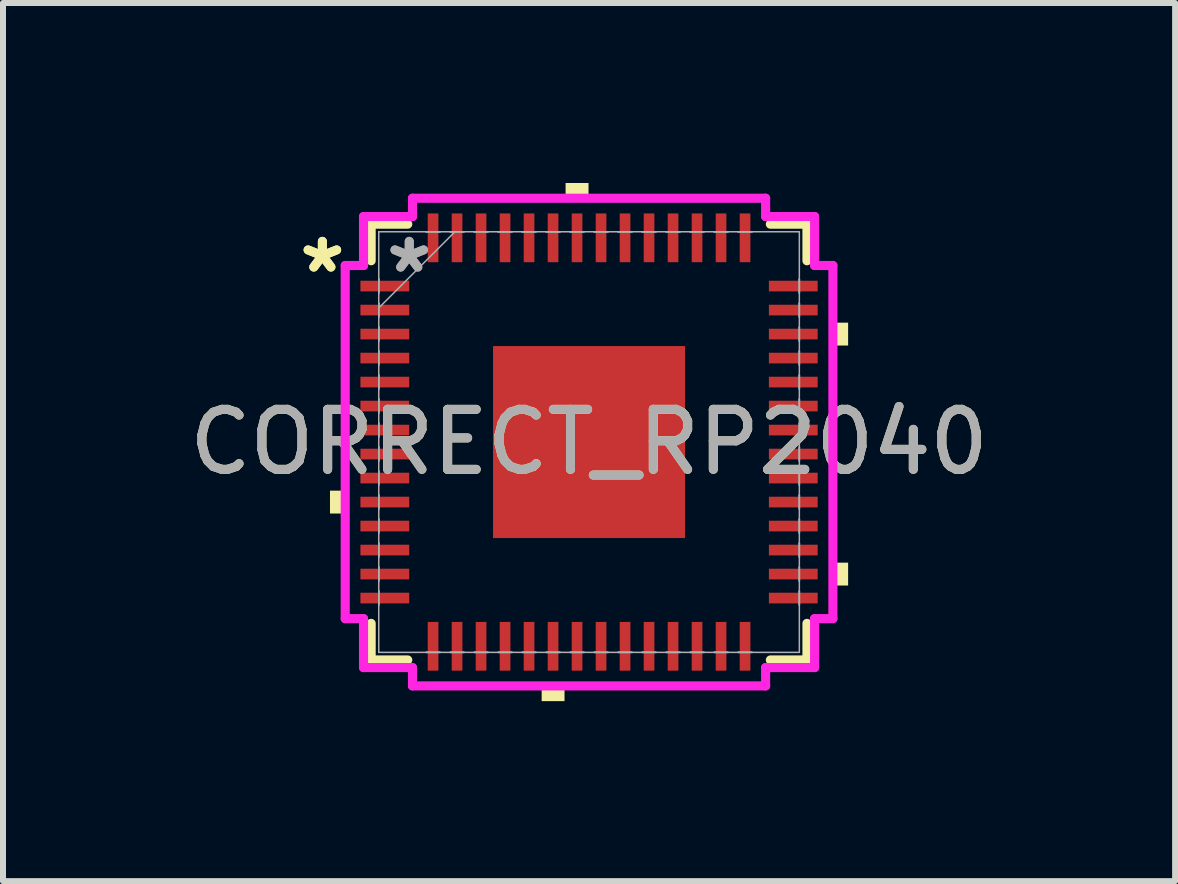
<source format=kicad_pcb>
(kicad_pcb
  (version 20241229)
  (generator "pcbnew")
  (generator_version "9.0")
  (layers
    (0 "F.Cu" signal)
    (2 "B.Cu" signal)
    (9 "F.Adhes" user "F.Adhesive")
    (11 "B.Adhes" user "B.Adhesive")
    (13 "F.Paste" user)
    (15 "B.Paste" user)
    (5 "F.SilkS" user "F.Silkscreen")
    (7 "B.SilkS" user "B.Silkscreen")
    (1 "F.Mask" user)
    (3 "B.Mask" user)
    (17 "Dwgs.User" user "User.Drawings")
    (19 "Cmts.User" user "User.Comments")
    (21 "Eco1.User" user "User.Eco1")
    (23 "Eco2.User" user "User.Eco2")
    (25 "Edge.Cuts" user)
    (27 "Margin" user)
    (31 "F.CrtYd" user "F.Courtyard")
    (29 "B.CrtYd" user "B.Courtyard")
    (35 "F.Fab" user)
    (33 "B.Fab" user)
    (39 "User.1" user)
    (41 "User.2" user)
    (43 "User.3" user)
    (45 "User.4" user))
  (footprint "CORRECT_RP2040"
    (layer "F.Cu")
    (at 6.768 4.318)
    (property "Reference" "CORRECT_RP2040" (at 0 0 0) (unlocked yes) (layer "F.SilkS") (effects (font (size 1 1) (thickness 0.15))))
    (attr smd)
    (fp_line (start -3.632 -3.632) (end -3.632 -3.022) (stroke (width 0.152) (type solid)) (layer "F.SilkS"))
    (fp_line (start -3.632 3.022) (end -3.632 3.632) (stroke (width 0.152) (type solid)) (layer "F.SilkS"))
    (fp_line (start -3.632 3.632) (end -3.022 3.632) (stroke (width 0.152) (type solid)) (layer "F.SilkS"))
    (fp_line (start -3.022 -3.632) (end -3.632 -3.632) (stroke (width 0.152) (type solid)) (layer "F.SilkS"))
    (fp_line (start 3.022 3.632) (end 3.632 3.632) (stroke (width 0.152) (type solid)) (layer "F.SilkS"))
    (fp_line (start 3.632 -3.632) (end 3.022 -3.632) (stroke (width 0.152) (type solid)) (layer "F.SilkS"))
    (fp_line (start 3.632 -3.022) (end 3.632 -3.632) (stroke (width 0.152) (type solid)) (layer "F.SilkS"))
    (fp_line (start 3.632 3.632) (end 3.632 3.022) (stroke (width 0.152) (type solid)) (layer "F.SilkS"))
    (fp_poly (pts (xy -4.318 0.81) (xy -4.318 1.191) (xy -4.064 1.191) (xy -4.064 0.81)) (stroke (width 0) (type solid)) (fill yes) (layer "F.SilkS"))
    (fp_poly (pts (xy -0.79 4.064) (xy -0.79 4.318) (xy -0.409 4.318) (xy -0.409 4.064)) (stroke (width 0) (type solid)) (fill yes) (layer "F.SilkS"))
    (fp_poly (pts (xy -0.391 -4.064) (xy -0.391 -4.318) (xy -0.009 -4.318) (xy -0.009 -4.064)) (stroke (width 0) (type solid)) (fill yes) (layer "F.SilkS"))
    (fp_poly (pts (xy 4.318 -1.99) (xy 4.318 -1.609) (xy 4.064 -1.609) (xy 4.064 -1.99)) (stroke (width 0) (type solid)) (fill yes) (layer "F.SilkS"))
    (fp_poly (pts (xy 4.318 2.01) (xy 4.318 2.391) (xy 4.064 2.391) (xy 4.064 2.01)) (stroke (width 0) (type solid)) (fill yes) (layer "F.SilkS"))
    (fp_poly (pts (xy -1.5 -1.5) (xy -1.5 -0.1) (xy -0.1 -0.1) (xy -0.1 -1.5)) (stroke (width 0) (type solid)) (fill yes) (layer "F.Paste"))
    (fp_poly (pts (xy -1.5 0.1) (xy -1.5 1.5) (xy -0.1 1.5) (xy -0.1 0.1)) (stroke (width 0) (type solid)) (fill yes) (layer "F.Paste"))
    (fp_poly (pts (xy 0.1 -1.5) (xy 0.1 -0.1) (xy 1.5 -0.1) (xy 1.5 -1.5)) (stroke (width 0) (type solid)) (fill yes) (layer "F.Paste"))
    (fp_poly (pts (xy 0.1 0.1) (xy 0.1 1.5) (xy 1.5 1.5) (xy 1.5 0.1)) (stroke (width 0) (type solid)) (fill yes) (layer "F.Paste"))
    (fp_line (start -4.064 -2.943) (end -3.759 -2.943) (stroke (width 0.152) (type solid)) (layer "F.CrtYd"))
    (fp_line (start -4.064 2.943) (end -4.064 -2.943) (stroke (width 0.152) (type solid)) (layer "F.CrtYd"))
    (fp_line (start -3.759 -3.759) (end -2.943 -3.759) (stroke (width 0.152) (type solid)) (layer "F.CrtYd"))
    (fp_line (start -3.759 -2.943) (end -3.759 -3.759) (stroke (width 0.152) (type solid)) (layer "F.CrtYd"))
    (fp_line (start -3.759 2.943) (end -4.064 2.943) (stroke (width 0.152) (type solid)) (layer "F.CrtYd"))
    (fp_line (start -3.759 3.759) (end -3.759 2.943) (stroke (width 0.152) (type solid)) (layer "F.CrtYd"))
    (fp_line (start -2.943 -4.064) (end 2.943 -4.064) (stroke (width 0.152) (type solid)) (layer "F.CrtYd"))
    (fp_line (start -2.943 -3.759) (end -2.943 -4.064) (stroke (width 0.152) (type solid)) (layer "F.CrtYd"))
    (fp_line (start -2.943 3.759) (end -3.759 3.759) (stroke (width 0.152) (type solid)) (layer "F.CrtYd"))
    (fp_line (start -2.943 4.064) (end -2.943 3.759) (stroke (width 0.152) (type solid)) (layer "F.CrtYd"))
    (fp_line (start 2.943 -4.064) (end 2.943 -3.759) (stroke (width 0.152) (type solid)) (layer "F.CrtYd"))
    (fp_line (start 2.943 -3.759) (end 3.759 -3.759) (stroke (width 0.152) (type solid)) (layer "F.CrtYd"))
    (fp_line (start 2.943 3.759) (end 2.943 4.064) (stroke (width 0.152) (type solid)) (layer "F.CrtYd"))
    (fp_line (start 2.943 4.064) (end -2.943 4.064) (stroke (width 0.152) (type solid)) (layer "F.CrtYd"))
    (fp_line (start 3.759 -3.759) (end 3.759 -2.943) (stroke (width 0.152) (type solid)) (layer "F.CrtYd"))
    (fp_line (start 3.759 -2.943) (end 4.064 -2.943) (stroke (width 0.152) (type solid)) (layer "F.CrtYd"))
    (fp_line (start 3.759 2.943) (end 3.759 3.759) (stroke (width 0.152) (type solid)) (layer "F.CrtYd"))
    (fp_line (start 3.759 3.759) (end 2.943 3.759) (stroke (width 0.152) (type solid)) (layer "F.CrtYd"))
    (fp_line (start 4.064 -2.943) (end 4.064 2.943) (stroke (width 0.152) (type solid)) (layer "F.CrtYd"))
    (fp_line (start 4.064 2.943) (end 3.759 2.943) (stroke (width 0.152) (type solid)) (layer "F.CrtYd"))
    (fp_line (start -3.505 -3.505) (end -3.505 -3.505) (stroke (width 0.025) (type solid)) (layer "F.Fab"))
    (fp_line (start -3.505 -3.505) (end -3.505 3.505) (stroke (width 0.025) (type solid)) (layer "F.Fab"))
    (fp_line (start -3.505 -2.714) (end -3.505 -2.714) (stroke (width 0.025) (type solid)) (layer "F.Fab"))
    (fp_line (start -3.505 -2.714) (end -3.505 -2.486) (stroke (width 0.025) (type solid)) (layer "F.Fab"))
    (fp_line (start -3.505 -2.486) (end -3.505 -2.714) (stroke (width 0.025) (type solid)) (layer "F.Fab"))
    (fp_line (start -3.505 -2.486) (end -3.505 -2.486) (stroke (width 0.025) (type solid)) (layer "F.Fab"))
    (fp_line (start -3.505 -2.314) (end -3.505 -2.314) (stroke (width 0.025) (type solid)) (layer "F.Fab"))
    (fp_line (start -3.505 -2.314) (end -3.505 -2.086) (stroke (width 0.025) (type solid)) (layer "F.Fab"))
    (fp_line (start -3.505 -2.235) (end -2.235 -3.505) (stroke (width 0.025) (type solid)) (layer "F.Fab"))
    (fp_line (start -3.505 -2.086) (end -3.505 -2.314) (stroke (width 0.025) (type solid)) (layer "F.Fab"))
    (fp_line (start -3.505 -2.086) (end -3.505 -2.086) (stroke (width 0.025) (type solid)) (layer "F.Fab"))
    (fp_line (start -3.505 -1.914) (end -3.505 -1.914) (stroke (width 0.025) (type solid)) (layer "F.Fab"))
    (fp_line (start -3.505 -1.914) (end -3.505 -1.686) (stroke (width 0.025) (type solid)) (layer "F.Fab"))
    (fp_line (start -3.505 -1.686) (end -3.505 -1.914) (stroke (width 0.025) (type solid)) (layer "F.Fab"))
    (fp_line (start -3.505 -1.686) (end -3.505 -1.686) (stroke (width 0.025) (type solid)) (layer "F.Fab"))
    (fp_line (start -3.505 -1.514) (end -3.505 -1.514) (stroke (width 0.025) (type solid)) (layer "F.Fab"))
    (fp_line (start -3.505 -1.514) (end -3.505 -1.286) (stroke (width 0.025) (type solid)) (layer "F.Fab"))
    (fp_line (start -3.505 -1.286) (end -3.505 -1.514) (stroke (width 0.025) (type solid)) (layer "F.Fab"))
    (fp_line (start -3.505 -1.286) (end -3.505 -1.286) (stroke (width 0.025) (type solid)) (layer "F.Fab"))
    (fp_line (start -3.505 -1.114) (end -3.505 -1.114) (stroke (width 0.025) (type solid)) (layer "F.Fab"))
    (fp_line (start -3.505 -1.114) (end -3.505 -0.886) (stroke (width 0.025) (type solid)) (layer "F.Fab"))
    (fp_line (start -3.505 -0.886) (end -3.505 -1.114) (stroke (width 0.025) (type solid)) (layer "F.Fab"))
    (fp_line (start -3.505 -0.886) (end -3.505 -0.886) (stroke (width 0.025) (type solid)) (layer "F.Fab"))
    (fp_line (start -3.505 -0.714) (end -3.505 -0.714) (stroke (width 0.025) (type solid)) (layer "F.Fab"))
    (fp_line (start -3.505 -0.714) (end -3.505 -0.486) (stroke (width 0.025) (type solid)) (layer "F.Fab"))
    (fp_line (start -3.505 -0.486) (end -3.505 -0.714) (stroke (width 0.025) (type solid)) (layer "F.Fab"))
    (fp_line (start -3.505 -0.486) (end -3.505 -0.486) (stroke (width 0.025) (type solid)) (layer "F.Fab"))
    (fp_line (start -3.505 -0.314) (end -3.505 -0.314) (stroke (width 0.025) (type solid)) (layer "F.Fab"))
    (fp_line (start -3.505 -0.314) (end -3.505 -0.086) (stroke (width 0.025) (type solid)) (layer "F.Fab"))
    (fp_line (start -3.505 -0.086) (end -3.505 -0.314) (stroke (width 0.025) (type solid)) (layer "F.Fab"))
    (fp_line (start -3.505 -0.086) (end -3.505 -0.086) (stroke (width 0.025) (type solid)) (layer "F.Fab"))
    (fp_line (start -3.505 0.086) (end -3.505 0.086) (stroke (width 0.025) (type solid)) (layer "F.Fab"))
    (fp_line (start -3.505 0.086) (end -3.505 0.314) (stroke (width 0.025) (type solid)) (layer "F.Fab"))
    (fp_line (start -3.505 0.314) (end -3.505 0.086) (stroke (width 0.025) (type solid)) (layer "F.Fab"))
    (fp_line (start -3.505 0.314) (end -3.505 0.314) (stroke (width 0.025) (type solid)) (layer "F.Fab"))
    (fp_line (start -3.505 0.486) (end -3.505 0.486) (stroke (width 0.025) (type solid)) (layer "F.Fab"))
    (fp_line (start -3.505 0.486) (end -3.505 0.714) (stroke (width 0.025) (type solid)) (layer "F.Fab"))
    (fp_line (start -3.505 0.714) (end -3.505 0.486) (stroke (width 0.025) (type solid)) (layer "F.Fab"))
    (fp_line (start -3.505 0.714) (end -3.505 0.714) (stroke (width 0.025) (type solid)) (layer "F.Fab"))
    (fp_line (start -3.505 0.886) (end -3.505 0.886) (stroke (width 0.025) (type solid)) (layer "F.Fab"))
    (fp_line (start -3.505 0.886) (end -3.505 1.114) (stroke (width 0.025) (type solid)) (layer "F.Fab"))
    (fp_line (start -3.505 1.114) (end -3.505 0.886) (stroke (width 0.025) (type solid)) (layer "F.Fab"))
    (fp_line (start -3.505 1.114) (end -3.505 1.114) (stroke (width 0.025) (type solid)) (layer "F.Fab"))
    (fp_line (start -3.505 1.286) (end -3.505 1.286) (stroke (width 0.025) (type solid)) (layer "F.Fab"))
    (fp_line (start -3.505 1.286) (end -3.505 1.514) (stroke (width 0.025) (type solid)) (layer "F.Fab"))
    (fp_line (start -3.505 1.514) (end -3.505 1.286) (stroke (width 0.025) (type solid)) (layer "F.Fab"))
    (fp_line (start -3.505 1.514) (end -3.505 1.514) (stroke (width 0.025) (type solid)) (layer "F.Fab"))
    (fp_line (start -3.505 1.686) (end -3.505 1.686) (stroke (width 0.025) (type solid)) (layer "F.Fab"))
    (fp_line (start -3.505 1.686) (end -3.505 1.914) (stroke (width 0.025) (type solid)) (layer "F.Fab"))
    (fp_line (start -3.505 1.914) (end -3.505 1.686) (stroke (width 0.025) (type solid)) (layer "F.Fab"))
    (fp_line (start -3.505 1.914) (end -3.505 1.914) (stroke (width 0.025) (type solid)) (layer "F.Fab"))
    (fp_line (start -3.505 2.086) (end -3.505 2.086) (stroke (width 0.025) (type solid)) (layer "F.Fab"))
    (fp_line (start -3.505 2.086) (end -3.505 2.314) (stroke (width 0.025) (type solid)) (layer "F.Fab"))
    (fp_line (start -3.505 2.314) (end -3.505 2.086) (stroke (width 0.025) (type solid)) (layer "F.Fab"))
    (fp_line (start -3.505 2.314) (end -3.505 2.314) (stroke (width 0.025) (type solid)) (layer "F.Fab"))
    (fp_line (start -3.505 2.486) (end -3.505 2.486) (stroke (width 0.025) (type solid)) (layer "F.Fab"))
    (fp_line (start -3.505 2.486) (end -3.505 2.714) (stroke (width 0.025) (type solid)) (layer "F.Fab"))
    (fp_line (start -3.505 2.714) (end -3.505 2.486) (stroke (width 0.025) (type solid)) (layer "F.Fab"))
    (fp_line (start -3.505 2.714) (end -3.505 2.714) (stroke (width 0.025) (type solid)) (layer "F.Fab"))
    (fp_line (start -3.505 3.505) (end -3.505 3.505) (stroke (width 0.025) (type solid)) (layer "F.Fab"))
    (fp_line (start -3.505 3.505) (end 3.505 3.505) (stroke (width 0.025) (type solid)) (layer "F.Fab"))
    (fp_line (start -2.714 -3.505) (end -2.714 -3.505) (stroke (width 0.025) (type solid)) (layer "F.Fab"))
    (fp_line (start -2.714 -3.505) (end -2.486 -3.505) (stroke (width 0.025) (type solid)) (layer "F.Fab"))
    (fp_line (start -2.714 3.505) (end -2.714 3.505) (stroke (width 0.025) (type solid)) (layer "F.Fab"))
    (fp_line (start -2.714 3.505) (end -2.486 3.505) (stroke (width 0.025) (type solid)) (layer "F.Fab"))
    (fp_line (start -2.486 -3.505) (end -2.714 -3.505) (stroke (width 0.025) (type solid)) (layer "F.Fab"))
    (fp_line (start -2.486 -3.505) (end -2.486 -3.505) (stroke (width 0.025) (type solid)) (layer "F.Fab"))
    (fp_line (start -2.486 3.505) (end -2.714 3.505) (stroke (width 0.025) (type solid)) (layer "F.Fab"))
    (fp_line (start -2.486 3.505) (end -2.486 3.505) (stroke (width 0.025) (type solid)) (layer "F.Fab"))
    (fp_line (start -2.314 -3.505) (end -2.314 -3.505) (stroke (width 0.025) (type solid)) (layer "F.Fab"))
    (fp_line (start -2.314 -3.505) (end -2.086 -3.505) (stroke (width 0.025) (type solid)) (layer "F.Fab"))
    (fp_line (start -2.314 3.505) (end -2.314 3.505) (stroke (width 0.025) (type solid)) (layer "F.Fab"))
    (fp_line (start -2.314 3.505) (end -2.086 3.505) (stroke (width 0.025) (type solid)) (layer "F.Fab"))
    (fp_line (start -2.086 -3.505) (end -2.314 -3.505) (stroke (width 0.025) (type solid)) (layer "F.Fab"))
    (fp_line (start -2.086 -3.505) (end -2.086 -3.505) (stroke (width 0.025) (type solid)) (layer "F.Fab"))
    (fp_line (start -2.086 3.505) (end -2.314 3.505) (stroke (width 0.025) (type solid)) (layer "F.Fab"))
    (fp_line (start -2.086 3.505) (end -2.086 3.505) (stroke (width 0.025) (type solid)) (layer "F.Fab"))
    (fp_line (start -1.914 -3.505) (end -1.914 -3.505) (stroke (width 0.025) (type solid)) (layer "F.Fab"))
    (fp_line (start -1.914 -3.505) (end -1.686 -3.505) (stroke (width 0.025) (type solid)) (layer "F.Fab"))
    (fp_line (start -1.914 3.505) (end -1.914 3.505) (stroke (width 0.025) (type solid)) (layer "F.Fab"))
    (fp_line (start -1.914 3.505) (end -1.686 3.505) (stroke (width 0.025) (type solid)) (layer "F.Fab"))
    (fp_line (start -1.686 -3.505) (end -1.914 -3.505) (stroke (width 0.025) (type solid)) (layer "F.Fab"))
    (fp_line (start -1.686 -3.505) (end -1.686 -3.505) (stroke (width 0.025) (type solid)) (layer "F.Fab"))
    (fp_line (start -1.686 3.505) (end -1.914 3.505) (stroke (width 0.025) (type solid)) (layer "F.Fab"))
    (fp_line (start -1.686 3.505) (end -1.686 3.505) (stroke (width 0.025) (type solid)) (layer "F.Fab"))
    (fp_line (start -1.514 -3.505) (end -1.514 -3.505) (stroke (width 0.025) (type solid)) (layer "F.Fab"))
    (fp_line (start -1.514 -3.505) (end -1.286 -3.505) (stroke (width 0.025) (type solid)) (layer "F.Fab"))
    (fp_line (start -1.514 3.505) (end -1.514 3.505) (stroke (width 0.025) (type solid)) (layer "F.Fab"))
    (fp_line (start -1.514 3.505) (end -1.286 3.505) (stroke (width 0.025) (type solid)) (layer "F.Fab"))
    (fp_line (start -1.286 -3.505) (end -1.514 -3.505) (stroke (width 0.025) (type solid)) (layer "F.Fab"))
    (fp_line (start -1.286 -3.505) (end -1.286 -3.505) (stroke (width 0.025) (type solid)) (layer "F.Fab"))
    (fp_line (start -1.286 3.505) (end -1.514 3.505) (stroke (width 0.025) (type solid)) (layer "F.Fab"))
    (fp_line (start -1.286 3.505) (end -1.286 3.505) (stroke (width 0.025) (type solid)) (layer "F.Fab"))
    (fp_line (start -1.114 -3.505) (end -1.114 -3.505) (stroke (width 0.025) (type solid)) (layer "F.Fab"))
    (fp_line (start -1.114 -3.505) (end -0.886 -3.505) (stroke (width 0.025) (type solid)) (layer "F.Fab"))
    (fp_line (start -1.114 3.505) (end -1.114 3.505) (stroke (width 0.025) (type solid)) (layer "F.Fab"))
    (fp_line (start -1.114 3.505) (end -0.886 3.505) (stroke (width 0.025) (type solid)) (layer "F.Fab"))
    (fp_line (start -0.886 -3.505) (end -1.114 -3.505) (stroke (width 0.025) (type solid)) (layer "F.Fab"))
    (fp_line (start -0.886 -3.505) (end -0.886 -3.505) (stroke (width 0.025) (type solid)) (layer "F.Fab"))
    (fp_line (start -0.886 3.505) (end -1.114 3.505) (stroke (width 0.025) (type solid)) (layer "F.Fab"))
    (fp_line (start -0.886 3.505) (end -0.886 3.505) (stroke (width 0.025) (type solid)) (layer "F.Fab"))
    (fp_line (start -0.714 -3.505) (end -0.714 -3.505) (stroke (width 0.025) (type solid)) (layer "F.Fab"))
    (fp_line (start -0.714 -3.505) (end -0.486 -3.505) (stroke (width 0.025) (type solid)) (layer "F.Fab"))
    (fp_line (start -0.714 3.505) (end -0.714 3.505) (stroke (width 0.025) (type solid)) (layer "F.Fab"))
    (fp_line (start -0.714 3.505) (end -0.486 3.505) (stroke (width 0.025) (type solid)) (layer "F.Fab"))
    (fp_line (start -0.486 -3.505) (end -0.714 -3.505) (stroke (width 0.025) (type solid)) (layer "F.Fab"))
    (fp_line (start -0.486 -3.505) (end -0.486 -3.505) (stroke (width 0.025) (type solid)) (layer "F.Fab"))
    (fp_line (start -0.486 3.505) (end -0.714 3.505) (stroke (width 0.025) (type solid)) (layer "F.Fab"))
    (fp_line (start -0.486 3.505) (end -0.486 3.505) (stroke (width 0.025) (type solid)) (layer "F.Fab"))
    (fp_line (start -0.314 -3.505) (end -0.314 -3.505) (stroke (width 0.025) (type solid)) (layer "F.Fab"))
    (fp_line (start -0.314 -3.505) (end -0.086 -3.505) (stroke (width 0.025) (type solid)) (layer "F.Fab"))
    (fp_line (start -0.314 3.505) (end -0.314 3.505) (stroke (width 0.025) (type solid)) (layer "F.Fab"))
    (fp_line (start -0.314 3.505) (end -0.086 3.505) (stroke (width 0.025) (type solid)) (layer "F.Fab"))
    (fp_line (start -0.086 -3.505) (end -0.314 -3.505) (stroke (width 0.025) (type solid)) (layer "F.Fab"))
    (fp_line (start -0.086 -3.505) (end -0.086 -3.505) (stroke (width 0.025) (type solid)) (layer "F.Fab"))
    (fp_line (start -0.086 3.505) (end -0.314 3.505) (stroke (width 0.025) (type solid)) (layer "F.Fab"))
    (fp_line (start -0.086 3.505) (end -0.086 3.505) (stroke (width 0.025) (type solid)) (layer "F.Fab"))
    (fp_line (start 0.086 -3.505) (end 0.086 -3.505) (stroke (width 0.025) (type solid)) (layer "F.Fab"))
    (fp_line (start 0.086 -3.505) (end 0.314 -3.505) (stroke (width 0.025) (type solid)) (layer "F.Fab"))
    (fp_line (start 0.086 3.505) (end 0.086 3.505) (stroke (width 0.025) (type solid)) (layer "F.Fab"))
    (fp_line (start 0.086 3.505) (end 0.314 3.505) (stroke (width 0.025) (type solid)) (layer "F.Fab"))
    (fp_line (start 0.314 -3.505) (end 0.086 -3.505) (stroke (width 0.025) (type solid)) (layer "F.Fab"))
    (fp_line (start 0.314 -3.505) (end 0.314 -3.505) (stroke (width 0.025) (type solid)) (layer "F.Fab"))
    (fp_line (start 0.314 3.505) (end 0.086 3.505) (stroke (width 0.025) (type solid)) (layer "F.Fab"))
    (fp_line (start 0.314 3.505) (end 0.314 3.505) (stroke (width 0.025) (type solid)) (layer "F.Fab"))
    (fp_line (start 0.486 -3.505) (end 0.486 -3.505) (stroke (width 0.025) (type solid)) (layer "F.Fab"))
    (fp_line (start 0.486 -3.505) (end 0.714 -3.505) (stroke (width 0.025) (type solid)) (layer "F.Fab"))
    (fp_line (start 0.486 3.505) (end 0.486 3.505) (stroke (width 0.025) (type solid)) (layer "F.Fab"))
    (fp_line (start 0.486 3.505) (end 0.714 3.505) (stroke (width 0.025) (type solid)) (layer "F.Fab"))
    (fp_line (start 0.714 -3.505) (end 0.486 -3.505) (stroke (width 0.025) (type solid)) (layer "F.Fab"))
    (fp_line (start 0.714 -3.505) (end 0.714 -3.505) (stroke (width 0.025) (type solid)) (layer "F.Fab"))
    (fp_line (start 0.714 3.505) (end 0.486 3.505) (stroke (width 0.025) (type solid)) (layer "F.Fab"))
    (fp_line (start 0.714 3.505) (end 0.714 3.505) (stroke (width 0.025) (type solid)) (layer "F.Fab"))
    (fp_line (start 0.886 -3.505) (end 0.886 -3.505) (stroke (width 0.025) (type solid)) (layer "F.Fab"))
    (fp_line (start 0.886 -3.505) (end 1.114 -3.505) (stroke (width 0.025) (type solid)) (layer "F.Fab"))
    (fp_line (start 0.886 3.505) (end 0.886 3.505) (stroke (width 0.025) (type solid)) (layer "F.Fab"))
    (fp_line (start 0.886 3.505) (end 1.114 3.505) (stroke (width 0.025) (type solid)) (layer "F.Fab"))
    (fp_line (start 1.114 -3.505) (end 0.886 -3.505) (stroke (width 0.025) (type solid)) (layer "F.Fab"))
    (fp_line (start 1.114 -3.505) (end 1.114 -3.505) (stroke (width 0.025) (type solid)) (layer "F.Fab"))
    (fp_line (start 1.114 3.505) (end 0.886 3.505) (stroke (width 0.025) (type solid)) (layer "F.Fab"))
    (fp_line (start 1.114 3.505) (end 1.114 3.505) (stroke (width 0.025) (type solid)) (layer "F.Fab"))
    (fp_line (start 1.286 -3.505) (end 1.286 -3.505) (stroke (width 0.025) (type solid)) (layer "F.Fab"))
    (fp_line (start 1.286 -3.505) (end 1.514 -3.505) (stroke (width 0.025) (type solid)) (layer "F.Fab"))
    (fp_line (start 1.286 3.505) (end 1.286 3.505) (stroke (width 0.025) (type solid)) (layer "F.Fab"))
    (fp_line (start 1.286 3.505) (end 1.514 3.505) (stroke (width 0.025) (type solid)) (layer "F.Fab"))
    (fp_line (start 1.514 -3.505) (end 1.286 -3.505) (stroke (width 0.025) (type solid)) (layer "F.Fab"))
    (fp_line (start 1.514 -3.505) (end 1.514 -3.505) (stroke (width 0.025) (type solid)) (layer "F.Fab"))
    (fp_line (start 1.514 3.505) (end 1.286 3.505) (stroke (width 0.025) (type solid)) (layer "F.Fab"))
    (fp_line (start 1.514 3.505) (end 1.514 3.505) (stroke (width 0.025) (type solid)) (layer "F.Fab"))
    (fp_line (start 1.686 -3.505) (end 1.686 -3.505) (stroke (width 0.025) (type solid)) (layer "F.Fab"))
    (fp_line (start 1.686 -3.505) (end 1.914 -3.505) (stroke (width 0.025) (type solid)) (layer "F.Fab"))
    (fp_line (start 1.686 3.505) (end 1.686 3.505) (stroke (width 0.025) (type solid)) (layer "F.Fab"))
    (fp_line (start 1.686 3.505) (end 1.914 3.505) (stroke (width 0.025) (type solid)) (layer "F.Fab"))
    (fp_line (start 1.914 -3.505) (end 1.686 -3.505) (stroke (width 0.025) (type solid)) (layer "F.Fab"))
    (fp_line (start 1.914 -3.505) (end 1.914 -3.505) (stroke (width 0.025) (type solid)) (layer "F.Fab"))
    (fp_line (start 1.914 3.505) (end 1.686 3.505) (stroke (width 0.025) (type solid)) (layer "F.Fab"))
    (fp_line (start 1.914 3.505) (end 1.914 3.505) (stroke (width 0.025) (type solid)) (layer "F.Fab"))
    (fp_line (start 2.086 -3.505) (end 2.086 -3.505) (stroke (width 0.025) (type solid)) (layer "F.Fab"))
    (fp_line (start 2.086 -3.505) (end 2.314 -3.505) (stroke (width 0.025) (type solid)) (layer "F.Fab"))
    (fp_line (start 2.086 3.505) (end 2.086 3.505) (stroke (width 0.025) (type solid)) (layer "F.Fab"))
    (fp_line (start 2.086 3.505) (end 2.314 3.505) (stroke (width 0.025) (type solid)) (layer "F.Fab"))
    (fp_line (start 2.314 -3.505) (end 2.086 -3.505) (stroke (width 0.025) (type solid)) (layer "F.Fab"))
    (fp_line (start 2.314 -3.505) (end 2.314 -3.505) (stroke (width 0.025) (type solid)) (layer "F.Fab"))
    (fp_line (start 2.314 3.505) (end 2.086 3.505) (stroke (width 0.025) (type solid)) (layer "F.Fab"))
    (fp_line (start 2.314 3.505) (end 2.314 3.505) (stroke (width 0.025) (type solid)) (layer "F.Fab"))
    (fp_line (start 2.486 -3.505) (end 2.486 -3.505) (stroke (width 0.025) (type solid)) (layer "F.Fab"))
    (fp_line (start 2.486 -3.505) (end 2.714 -3.505) (stroke (width 0.025) (type solid)) (layer "F.Fab"))
    (fp_line (start 2.486 3.505) (end 2.486 3.505) (stroke (width 0.025) (type solid)) (layer "F.Fab"))
    (fp_line (start 2.486 3.505) (end 2.714 3.505) (stroke (width 0.025) (type solid)) (layer "F.Fab"))
    (fp_line (start 2.714 -3.505) (end 2.486 -3.505) (stroke (width 0.025) (type solid)) (layer "F.Fab"))
    (fp_line (start 2.714 -3.505) (end 2.714 -3.505) (stroke (width 0.025) (type solid)) (layer "F.Fab"))
    (fp_line (start 2.714 3.505) (end 2.486 3.505) (stroke (width 0.025) (type solid)) (layer "F.Fab"))
    (fp_line (start 2.714 3.505) (end 2.714 3.505) (stroke (width 0.025) (type solid)) (layer "F.Fab"))
    (fp_line (start 3.505 -3.505) (end -3.505 -3.505) (stroke (width 0.025) (type solid)) (layer "F.Fab"))
    (fp_line (start 3.505 -3.505) (end 3.505 -3.505) (stroke (width 0.025) (type solid)) (layer "F.Fab"))
    (fp_line (start 3.505 -2.714) (end 3.505 -2.714) (stroke (width 0.025) (type solid)) (layer "F.Fab"))
    (fp_line (start 3.505 -2.714) (end 3.505 -2.486) (stroke (width 0.025) (type solid)) (layer "F.Fab"))
    (fp_line (start 3.505 -2.486) (end 3.505 -2.714) (stroke (width 0.025) (type solid)) (layer "F.Fab"))
    (fp_line (start 3.505 -2.486) (end 3.505 -2.486) (stroke (width 0.025) (type solid)) (layer "F.Fab"))
    (fp_line (start 3.505 -2.314) (end 3.505 -2.314) (stroke (width 0.025) (type solid)) (layer "F.Fab"))
    (fp_line (start 3.505 -2.314) (end 3.505 -2.086) (stroke (width 0.025) (type solid)) (layer "F.Fab"))
    (fp_line (start 3.505 -2.086) (end 3.505 -2.314) (stroke (width 0.025) (type solid)) (layer "F.Fab"))
    (fp_line (start 3.505 -2.086) (end 3.505 -2.086) (stroke (width 0.025) (type solid)) (layer "F.Fab"))
    (fp_line (start 3.505 -1.914) (end 3.505 -1.914) (stroke (width 0.025) (type solid)) (layer "F.Fab"))
    (fp_line (start 3.505 -1.914) (end 3.505 -1.686) (stroke (width 0.025) (type solid)) (layer "F.Fab"))
    (fp_line (start 3.505 -1.686) (end 3.505 -1.914) (stroke (width 0.025) (type solid)) (layer "F.Fab"))
    (fp_line (start 3.505 -1.686) (end 3.505 -1.686) (stroke (width 0.025) (type solid)) (layer "F.Fab"))
    (fp_line (start 3.505 -1.514) (end 3.505 -1.514) (stroke (width 0.025) (type solid)) (layer "F.Fab"))
    (fp_line (start 3.505 -1.514) (end 3.505 -1.286) (stroke (width 0.025) (type solid)) (layer "F.Fab"))
    (fp_line (start 3.505 -1.286) (end 3.505 -1.514) (stroke (width 0.025) (type solid)) (layer "F.Fab"))
    (fp_line (start 3.505 -1.286) (end 3.505 -1.286) (stroke (width 0.025) (type solid)) (layer "F.Fab"))
    (fp_line (start 3.505 -1.114) (end 3.505 -1.114) (stroke (width 0.025) (type solid)) (layer "F.Fab"))
    (fp_line (start 3.505 -1.114) (end 3.505 -0.886) (stroke (width 0.025) (type solid)) (layer "F.Fab"))
    (fp_line (start 3.505 -0.886) (end 3.505 -1.114) (stroke (width 0.025) (type solid)) (layer "F.Fab"))
    (fp_line (start 3.505 -0.886) (end 3.505 -0.886) (stroke (width 0.025) (type solid)) (layer "F.Fab"))
    (fp_line (start 3.505 -0.714) (end 3.505 -0.714) (stroke (width 0.025) (type solid)) (layer "F.Fab"))
    (fp_line (start 3.505 -0.714) (end 3.505 -0.486) (stroke (width 0.025) (type solid)) (layer "F.Fab"))
    (fp_line (start 3.505 -0.486) (end 3.505 -0.714) (stroke (width 0.025) (type solid)) (layer "F.Fab"))
    (fp_line (start 3.505 -0.486) (end 3.505 -0.486) (stroke (width 0.025) (type solid)) (layer "F.Fab"))
    (fp_line (start 3.505 -0.314) (end 3.505 -0.314) (stroke (width 0.025) (type solid)) (layer "F.Fab"))
    (fp_line (start 3.505 -0.314) (end 3.505 -0.086) (stroke (width 0.025) (type solid)) (layer "F.Fab"))
    (fp_line (start 3.505 -0.086) (end 3.505 -0.314) (stroke (width 0.025) (type solid)) (layer "F.Fab"))
    (fp_line (start 3.505 -0.086) (end 3.505 -0.086) (stroke (width 0.025) (type solid)) (layer "F.Fab"))
    (fp_line (start 3.505 0.086) (end 3.505 0.086) (stroke (width 0.025) (type solid)) (layer "F.Fab"))
    (fp_line (start 3.505 0.086) (end 3.505 0.314) (stroke (width 0.025) (type solid)) (layer "F.Fab"))
    (fp_line (start 3.505 0.314) (end 3.505 0.086) (stroke (width 0.025) (type solid)) (layer "F.Fab"))
    (fp_line (start 3.505 0.314) (end 3.505 0.314) (stroke (width 0.025) (type solid)) (layer "F.Fab"))
    (fp_line (start 3.505 0.486) (end 3.505 0.486) (stroke (width 0.025) (type solid)) (layer "F.Fab"))
    (fp_line (start 3.505 0.486) (end 3.505 0.714) (stroke (width 0.025) (type solid)) (layer "F.Fab"))
    (fp_line (start 3.505 0.714) (end 3.505 0.486) (stroke (width 0.025) (type solid)) (layer "F.Fab"))
    (fp_line (start 3.505 0.714) (end 3.505 0.714) (stroke (width 0.025) (type solid)) (layer "F.Fab"))
    (fp_line (start 3.505 0.886) (end 3.505 0.886) (stroke (width 0.025) (type solid)) (layer "F.Fab"))
    (fp_line (start 3.505 0.886) (end 3.505 1.114) (stroke (width 0.025) (type solid)) (layer "F.Fab"))
    (fp_line (start 3.505 1.114) (end 3.505 0.886) (stroke (width 0.025) (type solid)) (layer "F.Fab"))
    (fp_line (start 3.505 1.114) (end 3.505 1.114) (stroke (width 0.025) (type solid)) (layer "F.Fab"))
    (fp_line (start 3.505 1.286) (end 3.505 1.286) (stroke (width 0.025) (type solid)) (layer "F.Fab"))
    (fp_line (start 3.505 1.286) (end 3.505 1.514) (stroke (width 0.025) (type solid)) (layer "F.Fab"))
    (fp_line (start 3.505 1.514) (end 3.505 1.286) (stroke (width 0.025) (type solid)) (layer "F.Fab"))
    (fp_line (start 3.505 1.514) (end 3.505 1.514) (stroke (width 0.025) (type solid)) (layer "F.Fab"))
    (fp_line (start 3.505 1.686) (end 3.505 1.686) (stroke (width 0.025) (type solid)) (layer "F.Fab"))
    (fp_line (start 3.505 1.686) (end 3.505 1.914) (stroke (width 0.025) (type solid)) (layer "F.Fab"))
    (fp_line (start 3.505 1.914) (end 3.505 1.686) (stroke (width 0.025) (type solid)) (layer "F.Fab"))
    (fp_line (start 3.505 1.914) (end 3.505 1.914) (stroke (width 0.025) (type solid)) (layer "F.Fab"))
    (fp_line (start 3.505 2.086) (end 3.505 2.086) (stroke (width 0.025) (type solid)) (layer "F.Fab"))
    (fp_line (start 3.505 2.086) (end 3.505 2.314) (stroke (width 0.025) (type solid)) (layer "F.Fab"))
    (fp_line (start 3.505 2.314) (end 3.505 2.086) (stroke (width 0.025) (type solid)) (layer "F.Fab"))
    (fp_line (start 3.505 2.314) (end 3.505 2.314) (stroke (width 0.025) (type solid)) (layer "F.Fab"))
    (fp_line (start 3.505 2.486) (end 3.505 2.486) (stroke (width 0.025) (type solid)) (layer "F.Fab"))
    (fp_line (start 3.505 2.486) (end 3.505 2.714) (stroke (width 0.025) (type solid)) (layer "F.Fab"))
    (fp_line (start 3.505 2.714) (end 3.505 2.486) (stroke (width 0.025) (type solid)) (layer "F.Fab"))
    (fp_line (start 3.505 2.714) (end 3.505 2.714) (stroke (width 0.025) (type solid)) (layer "F.Fab"))
    (fp_line (start 3.505 3.505) (end 3.505 -3.505) (stroke (width 0.025) (type solid)) (layer "F.Fab"))
    (fp_line (start 3.505 3.505) (end 3.505 3.505) (stroke (width 0.025) (type solid)) (layer "F.Fab"))
    (fp_text user "*" (at -4.445 -2.8 0) (layer "F.SilkS") (effects (font (size 1 1) (thickness 0.15))))
    (fp_text user "*" (at -4.445 -2.8 0) (unlocked yes) (layer "F.SilkS") (effects (font (size 1 1) (thickness 0.15))))
    (fp_text user "*" (at -2.997 -2.8 0) (layer "F.Fab") (effects (font (size 1 1) (thickness 0.15))))
    (fp_text user "*" (at -2.997 -2.8 0) (unlocked yes) (layer "F.Fab") (effects (font (size 1 1) (thickness 0.15))))
    (fp_text user "${REFERENCE}" (at 0 0 0) (unlocked yes) (layer "F.Fab") (effects (font (size 1 1) (thickness 0.15))))
    (pad "1" smd rect (at -3.404 -2.6 90) (size 0.178 0.813) (layers "F.Cu" "F.Mask" "F.Paste"))
    (pad "2" smd rect (at -3.404 -2.2 90) (size 0.178 0.813) (layers "F.Cu" "F.Mask" "F.Paste"))
    (pad "3" smd rect (at -3.404 -1.8 90) (size 0.178 0.813) (layers "F.Cu" "F.Mask" "F.Paste"))
    (pad "4" smd rect (at -3.404 -1.4 90) (size 0.178 0.813) (layers "F.Cu" "F.Mask" "F.Paste"))
    (pad "5" smd rect (at -3.404 -1 90) (size 0.178 0.813) (layers "F.Cu" "F.Mask" "F.Paste"))
    (pad "6" smd rect (at -3.404 -0.6 90) (size 0.178 0.813) (layers "F.Cu" "F.Mask" "F.Paste"))
    (pad "7" smd rect (at -3.404 -0.2 90) (size 0.178 0.813) (layers "F.Cu" "F.Mask" "F.Paste"))
    (pad "8" smd rect (at -3.404 0.2 90) (size 0.178 0.813) (layers "F.Cu" "F.Mask" "F.Paste"))
    (pad "9" smd rect (at -3.404 0.6 90) (size 0.178 0.813) (layers "F.Cu" "F.Mask" "F.Paste"))
    (pad "10" smd rect (at -3.404 1 90) (size 0.178 0.813) (layers "F.Cu" "F.Mask" "F.Paste"))
    (pad "11" smd rect (at -3.404 1.4 90) (size 0.178 0.813) (layers "F.Cu" "F.Mask" "F.Paste"))
    (pad "12" smd rect (at -3.404 1.8 90) (size 0.178 0.813) (layers "F.Cu" "F.Mask" "F.Paste"))
    (pad "13" smd rect (at -3.404 2.2 90) (size 0.178 0.813) (layers "F.Cu" "F.Mask" "F.Paste"))
    (pad "14" smd rect (at -3.404 2.6 90) (size 0.178 0.813) (layers "F.Cu" "F.Mask" "F.Paste"))
    (pad "15" smd rect (at -2.6 3.404) (size 0.178 0.813) (layers "F.Cu" "F.Mask" "F.Paste"))
    (pad "16" smd rect (at -2.2 3.404) (size 0.178 0.813) (layers "F.Cu" "F.Mask" "F.Paste"))
    (pad "17" smd rect (at -1.8 3.404) (size 0.178 0.813) (layers "F.Cu" "F.Mask" "F.Paste"))
    (pad "18" smd rect (at -1.4 3.404) (size 0.178 0.813) (layers "F.Cu" "F.Mask" "F.Paste"))
    (pad "19" smd rect (at -1 3.404) (size 0.178 0.813) (layers "F.Cu" "F.Mask" "F.Paste"))
    (pad "20" smd rect (at -0.6 3.404) (size 0.178 0.813) (layers "F.Cu" "F.Mask" "F.Paste"))
    (pad "21" smd rect (at -0.2 3.404) (size 0.178 0.813) (layers "F.Cu" "F.Mask" "F.Paste"))
    (pad "22" smd rect (at 0.2 3.404) (size 0.178 0.813) (layers "F.Cu" "F.Mask" "F.Paste"))
    (pad "23" smd rect (at 0.6 3.404) (size 0.178 0.813) (layers "F.Cu" "F.Mask" "F.Paste"))
    (pad "24" smd rect (at 1 3.404) (size 0.178 0.813) (layers "F.Cu" "F.Mask" "F.Paste"))
    (pad "25" smd rect (at 1.4 3.404) (size 0.178 0.813) (layers "F.Cu" "F.Mask" "F.Paste"))
    (pad "26" smd rect (at 1.8 3.404) (size 0.178 0.813) (layers "F.Cu" "F.Mask" "F.Paste"))
    (pad "27" smd rect (at 2.2 3.404) (size 0.178 0.813) (layers "F.Cu" "F.Mask" "F.Paste"))
    (pad "28" smd rect (at 2.6 3.404) (size 0.178 0.813) (layers "F.Cu" "F.Mask" "F.Paste"))
    (pad "29" smd rect (at 3.404 2.6 90) (size 0.178 0.813) (layers "F.Cu" "F.Mask" "F.Paste"))
    (pad "30" smd rect (at 3.404 2.2 90) (size 0.178 0.813) (layers "F.Cu" "F.Mask" "F.Paste"))
    (pad "31" smd rect (at 3.404 1.8 90) (size 0.178 0.813) (layers "F.Cu" "F.Mask" "F.Paste"))
    (pad "32" smd rect (at 3.404 1.4 90) (size 0.178 0.813) (layers "F.Cu" "F.Mask" "F.Paste"))
    (pad "33" smd rect (at 3.404 1 90) (size 0.178 0.813) (layers "F.Cu" "F.Mask" "F.Paste"))
    (pad "34" smd rect (at 3.404 0.6 90) (size 0.178 0.813) (layers "F.Cu" "F.Mask" "F.Paste"))
    (pad "35" smd rect (at 3.404 0.2 90) (size 0.178 0.813) (layers "F.Cu" "F.Mask" "F.Paste"))
    (pad "36" smd rect (at 3.404 -0.2 90) (size 0.178 0.813) (layers "F.Cu" "F.Mask" "F.Paste"))
    (pad "37" smd rect (at 3.404 -0.6 90) (size 0.178 0.813) (layers "F.Cu" "F.Mask" "F.Paste"))
    (pad "38" smd rect (at 3.404 -1 90) (size 0.178 0.813) (layers "F.Cu" "F.Mask" "F.Paste"))
    (pad "39" smd rect (at 3.404 -1.4 90) (size 0.178 0.813) (layers "F.Cu" "F.Mask" "F.Paste"))
    (pad "40" smd rect (at 3.404 -1.8 90) (size 0.178 0.813) (layers "F.Cu" "F.Mask" "F.Paste"))
    (pad "41" smd rect (at 3.404 -2.2 90) (size 0.178 0.813) (layers "F.Cu" "F.Mask" "F.Paste"))
    (pad "42" smd rect (at 3.404 -2.6 90) (size 0.178 0.813) (layers "F.Cu" "F.Mask" "F.Paste"))
    (pad "43" smd rect (at 2.6 -3.404) (size 0.178 0.813) (layers "F.Cu" "F.Mask" "F.Paste"))
    (pad "44" smd rect (at 2.2 -3.404) (size 0.178 0.813) (layers "F.Cu" "F.Mask" "F.Paste"))
    (pad "45" smd rect (at 1.8 -3.404) (size 0.178 0.813) (layers "F.Cu" "F.Mask" "F.Paste"))
    (pad "46" smd rect (at 1.4 -3.404) (size 0.178 0.813) (layers "F.Cu" "F.Mask" "F.Paste"))
    (pad "47" smd rect (at 1 -3.404) (size 0.178 0.813) (layers "F.Cu" "F.Mask" "F.Paste"))
    (pad "48" smd rect (at 0.6 -3.404) (size 0.178 0.813) (layers "F.Cu" "F.Mask" "F.Paste"))
    (pad "49" smd rect (at 0.2 -3.404) (size 0.178 0.813) (layers "F.Cu" "F.Mask" "F.Paste"))
    (pad "50" smd rect (at -0.2 -3.404) (size 0.178 0.813) (layers "F.Cu" "F.Mask" "F.Paste"))
    (pad "51" smd rect (at -0.6 -3.404) (size 0.178 0.813) (layers "F.Cu" "F.Mask" "F.Paste"))
    (pad "52" smd rect (at -1 -3.404) (size 0.178 0.813) (layers "F.Cu" "F.Mask" "F.Paste"))
    (pad "53" smd rect (at -1.4 -3.404) (size 0.178 0.813) (layers "F.Cu" "F.Mask" "F.Paste"))
    (pad "54" smd rect (at -1.8 -3.404) (size 0.178 0.813) (layers "F.Cu" "F.Mask" "F.Paste"))
    (pad "55" smd rect (at -2.2 -3.404) (size 0.178 0.813) (layers "F.Cu" "F.Mask" "F.Paste"))
    (pad "56" smd rect (at -2.6 -3.404) (size 0.178 0.813) (layers "F.Cu" "F.Mask" "F.Paste"))
    (pad "57" smd rect (at 0 0) (size 3.2 3.2) (layers "F.Cu" "F.Mask" "F.Paste")))
  (gr_rect
    (start -3 -3)
    (end 16.536 11.636)
    (stroke (width 0.1) (type default))
    (fill no)
    (layer "Edge.Cuts")))
</source>
